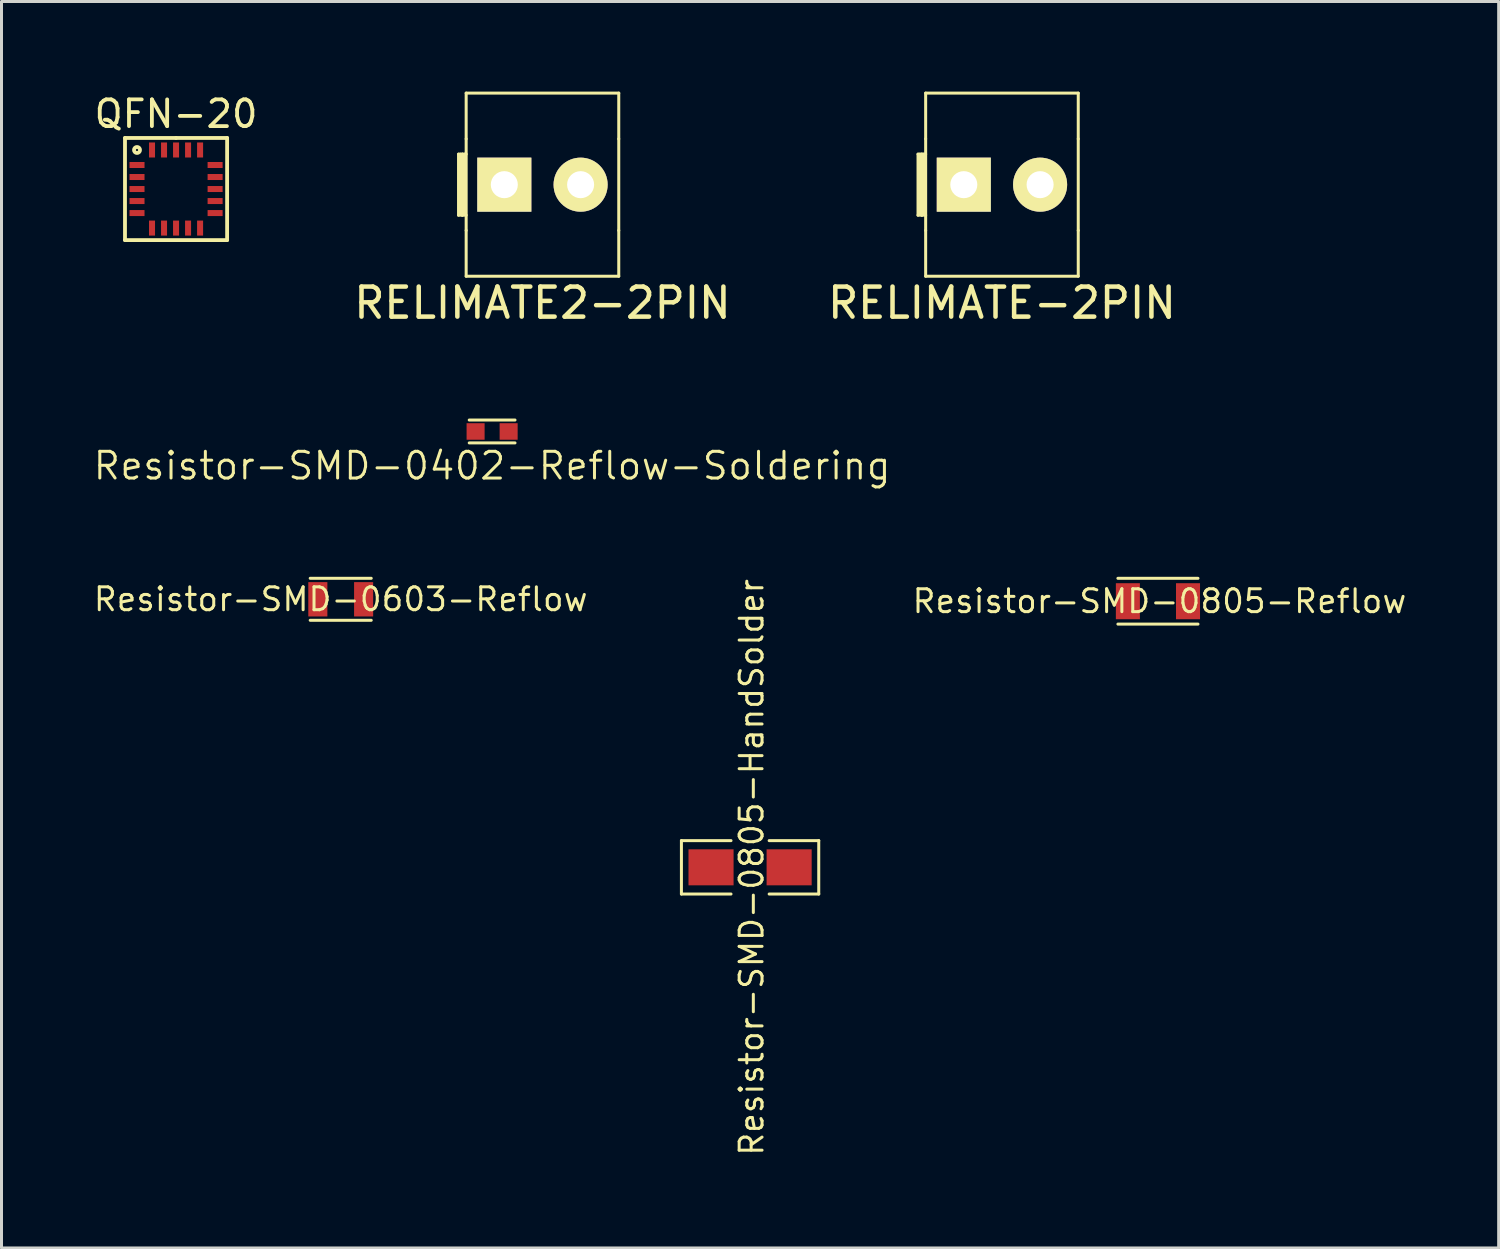
<source format=kicad_pcb>
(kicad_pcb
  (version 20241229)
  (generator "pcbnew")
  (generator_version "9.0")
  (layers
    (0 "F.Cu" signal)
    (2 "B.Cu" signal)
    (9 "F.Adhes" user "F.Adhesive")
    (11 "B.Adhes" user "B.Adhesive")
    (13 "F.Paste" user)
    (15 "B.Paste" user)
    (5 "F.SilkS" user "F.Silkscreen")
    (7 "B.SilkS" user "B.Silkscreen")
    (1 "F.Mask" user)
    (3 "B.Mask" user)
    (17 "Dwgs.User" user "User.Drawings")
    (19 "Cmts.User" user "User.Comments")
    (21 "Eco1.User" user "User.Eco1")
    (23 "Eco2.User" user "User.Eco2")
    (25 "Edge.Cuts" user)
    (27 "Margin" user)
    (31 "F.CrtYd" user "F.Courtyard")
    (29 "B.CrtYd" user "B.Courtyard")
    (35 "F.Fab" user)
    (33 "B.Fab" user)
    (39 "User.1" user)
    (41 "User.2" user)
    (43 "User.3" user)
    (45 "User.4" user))
  (footprint "Resistor-SMD-0805-HandSolder"
    (layer "F.Cu")
    (at 21.921 25.824)
    (property "Reference" "Resistor-SMD-0805-HandSolder" (at 0.051 0 90) (layer "F.SilkS") (effects (font (size 0.762 0.762) (thickness 0.1))))
    (attr smd)
    (fp_line (start -2.286 -0.889) (end -2.286 0.889) (stroke (width 0.1) (type solid)) (layer "F.SilkS"))
    (fp_line (start -2.286 -0.889) (end -0.635 -0.889) (stroke (width 0.1) (type solid)) (layer "F.SilkS"))
    (fp_line (start -2.286 0.889) (end -0.635 0.889) (stroke (width 0.1) (type solid)) (layer "F.SilkS"))
    (fp_line (start 0.635 0.889) (end 2.286 0.889) (stroke (width 0.1) (type solid)) (layer "F.SilkS"))
    (fp_line (start 2.286 -0.889) (end 0.635 -0.889) (stroke (width 0.1) (type solid)) (layer "F.SilkS"))
    (fp_line (start 2.286 0.889) (end 2.286 -0.889) (stroke (width 0.1) (type solid)) (layer "F.SilkS"))
    (pad "1" smd rect (at -1.3 0) (size 1.501 1.199) (layers "F.Cu" "F.Mask" "F.Paste"))
    (pad "2" smd rect (at 1.3 0) (size 1.501 1.199) (layers "F.Cu" "F.Mask" "F.Paste")))
  (footprint "Resistor-SMD-0805-Reflow"
    (layer "F.Cu")
    (at 35.499 16.965)
    (property "Reference" "Resistor-SMD-0805-Reflow" (at 0.051 0 180) (layer "F.SilkS") (effects (font (size 0.762 0.762) (thickness 0.1))))
    (attr smd)
    (fp_line (start -1.333 -0.762) (end 1.333 -0.762) (stroke (width 0.1) (type solid)) (layer "F.SilkS"))
    (fp_line (start -1.333 0.762) (end 1.333 0.762) (stroke (width 0.1) (type solid)) (layer "F.SilkS"))
    (pad "1" smd rect (at -1.001 0) (size 0.8 1.199) (layers "F.Cu" "F.Mask" "F.Paste"))
    (pad "2" smd rect (at 1.001 0) (size 0.8 1.199) (layers "F.Cu" "F.Mask" "F.Paste")))
  (footprint "RELIMATE-2PIN"
    (layer "F.Cu")
    (at 30.306 3.098)
    (property "Reference" "RELIMATE-2PIN" (at 0 3.937 0) (layer "F.SilkS") (effects (font (size 1 1) (thickness 0.15))))
    (attr through_hole)
    (fp_line (start -2.794 -1.016) (end -2.794 1.016) (stroke (width 0.1) (type solid)) (layer "F.SilkS"))
    (fp_line (start -2.794 1.016) (end -2.667 1.016) (stroke (width 0.1) (type solid)) (layer "F.SilkS"))
    (fp_line (start -2.731 -1.016) (end -2.731 0.953) (stroke (width 0.1) (type solid)) (layer "F.SilkS"))
    (fp_line (start -2.667 -1.016) (end -2.794 -1.016) (stroke (width 0.1) (type solid)) (layer "F.SilkS"))
    (fp_line (start -2.667 -1.016) (end -2.667 1.016) (stroke (width 0.1) (type solid)) (layer "F.SilkS"))
    (fp_line (start -2.667 1.016) (end -2.54 1.016) (stroke (width 0.1) (type solid)) (layer "F.SilkS"))
    (fp_line (start -2.603 -1.016) (end -2.603 0.953) (stroke (width 0.1) (type solid)) (layer "F.SilkS"))
    (fp_line (start -2.54 -3.048) (end 2.54 -3.048) (stroke (width 0.1) (type solid)) (layer "F.SilkS"))
    (fp_line (start -2.54 -1.524) (end -2.54 -3.048) (stroke (width 0.1) (type solid)) (layer "F.SilkS"))
    (fp_line (start -2.54 -1.016) (end -2.667 -1.016) (stroke (width 0.1) (type solid)) (layer "F.SilkS"))
    (fp_line (start -2.54 1.524) (end -2.54 -1.524) (stroke (width 0.1) (type solid)) (layer "F.SilkS"))
    (fp_line (start -2.54 1.524) (end -2.54 3.048) (stroke (width 0.1) (type solid)) (layer "F.SilkS"))
    (fp_line (start -2.54 3.048) (end 2.54 3.048) (stroke (width 0.1) (type solid)) (layer "F.SilkS"))
    (fp_line (start 2.54 -3.048) (end 2.54 -1.524) (stroke (width 0.1) (type solid)) (layer "F.SilkS"))
    (fp_line (start 2.54 -1.524) (end 2.54 1.524) (stroke (width 0.1) (type solid)) (layer "F.SilkS"))
    (fp_line (start 2.54 3.048) (end 2.54 1.524) (stroke (width 0.1) (type solid)) (layer "F.SilkS"))
    (pad "1" thru_hole rect (at -1.27 0) (size 1.8 1.8) (drill 0.9) (layers "*.Cu" "*.Mask" "F.SilkS"))
    (pad "2" thru_hole circle (at 1.27 0) (size 1.8 1.8) (drill 0.9) (layers "*.Cu" "*.Mask" "F.SilkS")))
  (footprint "Resistor-SMD-0402-Reflow-Soldering"
    (layer "F.Cu")
    (at 13.333 11.314)
    (property "Reference" "Resistor-SMD-0402-Reflow-Soldering" (at 0 1.143 0) (layer "F.SilkS") (effects (font (size 0.889 0.889) (thickness 0.1))))
    (attr through_hole)
    (fp_line (start -0.762 -0.381) (end 0.762 -0.381) (stroke (width 0.1) (type solid)) (layer "F.SilkS"))
    (fp_line (start -0.762 0.381) (end 0.762 0.381) (stroke (width 0.1) (type solid)) (layer "F.SilkS"))
    (pad "1" smd rect (at -0.55 0) (size 0.6 0.55) (layers "F.Cu" "F.Mask" "F.Paste"))
    (pad "2" smd rect (at 0.55 0) (size 0.6 0.55) (layers "F.Cu" "F.Mask" "F.Paste")))
  (footprint "Resistor-SMD-0603-Reflow"
    (layer "F.Cu")
    (at 8.293 16.901)
    (property "Reference" "Resistor-SMD-0603-Reflow" (at 0 0 0) (layer "F.SilkS") (effects (font (size 0.762 0.762) (thickness 0.1))))
    (attr smd)
    (fp_line (start -1.016 -0.699) (end 1.016 -0.699) (stroke (width 0.1) (type solid)) (layer "F.SilkS"))
    (fp_line (start -1.016 0.699) (end 1.016 0.699) (stroke (width 0.1) (type solid)) (layer "F.SilkS"))
    (pad "1" smd rect (at -0.762 0) (size 0.635 1.143) (layers "F.Cu" "F.Mask" "F.Paste"))
    (pad "2" smd rect (at 0.762 0) (size 0.635 1.143) (layers "F.Cu" "F.Mask" "F.Paste")))
  (footprint "RELIMATE2-2PIN"
    (layer "F.Cu")
    (at 15.009 3.098)
    (property "Reference" "RELIMATE2-2PIN" (at 0 3.937 0) (layer "F.SilkS") (effects (font (size 1 1) (thickness 0.15))))
    (attr through_hole)
    (fp_line (start -2.794 -1.016) (end -2.794 1.016) (stroke (width 0.1) (type solid)) (layer "F.SilkS"))
    (fp_line (start -2.794 1.016) (end -2.667 1.016) (stroke (width 0.1) (type solid)) (layer "F.SilkS"))
    (fp_line (start -2.731 -1.016) (end -2.731 0.953) (stroke (width 0.1) (type solid)) (layer "F.SilkS"))
    (fp_line (start -2.667 -1.016) (end -2.794 -1.016) (stroke (width 0.1) (type solid)) (layer "F.SilkS"))
    (fp_line (start -2.667 -1.016) (end -2.667 1.016) (stroke (width 0.1) (type solid)) (layer "F.SilkS"))
    (fp_line (start -2.667 1.016) (end -2.54 1.016) (stroke (width 0.1) (type solid)) (layer "F.SilkS"))
    (fp_line (start -2.603 -1.016) (end -2.603 0.953) (stroke (width 0.1) (type solid)) (layer "F.SilkS"))
    (fp_line (start -2.54 -3.048) (end 2.54 -3.048) (stroke (width 0.1) (type solid)) (layer "F.SilkS"))
    (fp_line (start -2.54 -1.524) (end -2.54 -3.048) (stroke (width 0.1) (type solid)) (layer "F.SilkS"))
    (fp_line (start -2.54 -1.016) (end -2.667 -1.016) (stroke (width 0.1) (type solid)) (layer "F.SilkS"))
    (fp_line (start -2.54 1.524) (end -2.54 -1.524) (stroke (width 0.1) (type solid)) (layer "F.SilkS"))
    (fp_line (start -2.54 1.524) (end -2.54 3.048) (stroke (width 0.1) (type solid)) (layer "F.SilkS"))
    (fp_line (start -2.54 3.048) (end 2.54 3.048) (stroke (width 0.1) (type solid)) (layer "F.SilkS"))
    (fp_line (start 2.54 -3.048) (end 2.54 -1.524) (stroke (width 0.1) (type solid)) (layer "F.SilkS"))
    (fp_line (start 2.54 -1.524) (end 2.54 1.524) (stroke (width 0.1) (type solid)) (layer "F.SilkS"))
    (fp_line (start 2.54 3.048) (end 2.54 1.524) (stroke (width 0.1) (type solid)) (layer "F.SilkS"))
    (pad "1" thru_hole rect (at -1.27 0) (size 1.8 1.8) (drill 0.9) (layers "*.Cu" "*.Mask" "F.SilkS"))
    (pad "2" thru_hole circle (at 1.27 0) (size 1.8 1.8) (drill 0.9) (layers "*.Cu" "*.Mask" "F.SilkS")))
  (footprint "QFN-20"
    (layer "F.Cu")
    (at 2.811 3.243)
    (property "Reference" "QFN-20" (at 0 -2.5 0) (layer "F.SilkS") (effects (font (size 0.889 0.889) (thickness 0.127))))
    (attr through_hole)
    (fp_line (start -1.7 -1.7) (end -1.7 1.7) (stroke (width 0.127) (type solid)) (layer "F.SilkS"))
    (fp_line (start -1.7 1.7) (end 1.7 1.7) (stroke (width 0.127) (type solid)) (layer "F.SilkS"))
    (fp_line (start 0 -1.7) (end -1.7 -1.7) (stroke (width 0.127) (type solid)) (layer "F.SilkS"))
    (fp_line (start 1.7 -1.7) (end 0 -1.7) (stroke (width 0.127) (type solid)) (layer "F.SilkS"))
    (fp_line (start 1.7 1.7) (end 1.7 -1.7) (stroke (width 0.127) (type solid)) (layer "F.SilkS"))
    (fp_circle (center -1.3 -1.3) (end -1.3 -1.4) (stroke (width 0.127) (type solid)) (fill no) (layer "F.SilkS"))
    (pad "1" smd rect (at -1.3 -0.8) (size 0.5 0.2) (layers "F.Cu" "F.Mask" "F.Paste"))
    (pad "2" smd rect (at -1.3 -0.4) (size 0.5 0.2) (layers "F.Cu" "F.Mask" "F.Paste"))
    (pad "3" smd rect (at -1.3 0) (size 0.5 0.2) (layers "F.Cu" "F.Mask" "F.Paste"))
    (pad "4" smd rect (at -1.3 0.4) (size 0.5 0.2) (layers "F.Cu" "F.Mask" "F.Paste"))
    (pad "5" smd rect (at -1.3 0.8) (size 0.5 0.2) (layers "F.Cu" "F.Mask" "F.Paste"))
    (pad "6" smd rect (at -0.8 1.3) (size 0.2 0.5) (layers "F.Cu" "F.Mask" "F.Paste"))
    (pad "7" smd rect (at -0.4 1.3) (size 0.2 0.5) (layers "F.Cu" "F.Mask" "F.Paste"))
    (pad "8" smd rect (at 0 1.3) (size 0.2 0.5) (layers "F.Cu" "F.Mask" "F.Paste"))
    (pad "9" smd rect (at 0.4 1.3) (size 0.2 0.5) (layers "F.Cu" "F.Mask" "F.Paste"))
    (pad "10" smd rect (at 0.8 1.3) (size 0.2 0.5) (layers "F.Cu" "F.Mask" "F.Paste"))
    (pad "11" smd rect (at 1.3 0.8) (size 0.5 0.2) (layers "F.Cu" "F.Mask" "F.Paste"))
    (pad "12" smd rect (at 1.3 0.4) (size 0.5 0.2) (layers "F.Cu" "F.Mask" "F.Paste"))
    (pad "13" smd rect (at 1.3 0) (size 0.5 0.2) (layers "F.Cu" "F.Mask" "F.Paste"))
    (pad "14" smd rect (at 1.3 -0.4) (size 0.5 0.2) (layers "F.Cu" "F.Mask" "F.Paste"))
    (pad "15" smd rect (at 1.3 -0.8) (size 0.5 0.2) (layers "F.Cu" "F.Mask" "F.Paste"))
    (pad "16" smd rect (at 0.8 -1.3) (size 0.2 0.5) (layers "F.Cu" "F.Mask" "F.Paste"))
    (pad "17" smd rect (at 0.4 -1.3) (size 0.2 0.5) (layers "F.Cu" "F.Mask" "F.Paste"))
    (pad "18" smd rect (at 0 -1.3) (size 0.2 0.5) (layers "F.Cu" "F.Mask" "F.Paste"))
    (pad "19" smd rect (at -0.4 -1.3) (size 0.2 0.5) (layers "F.Cu" "F.Mask" "F.Paste"))
    (pad "20" smd rect (at -0.8 -1.3) (size 0.2 0.5) (layers "F.Cu" "F.Mask" "F.Paste")))
  (gr_rect
    (start -3 -3)
    (end 46.842 38.496)
    (stroke (width 0.1) (type default))
    (fill no)
    (layer "Edge.Cuts")))
</source>
